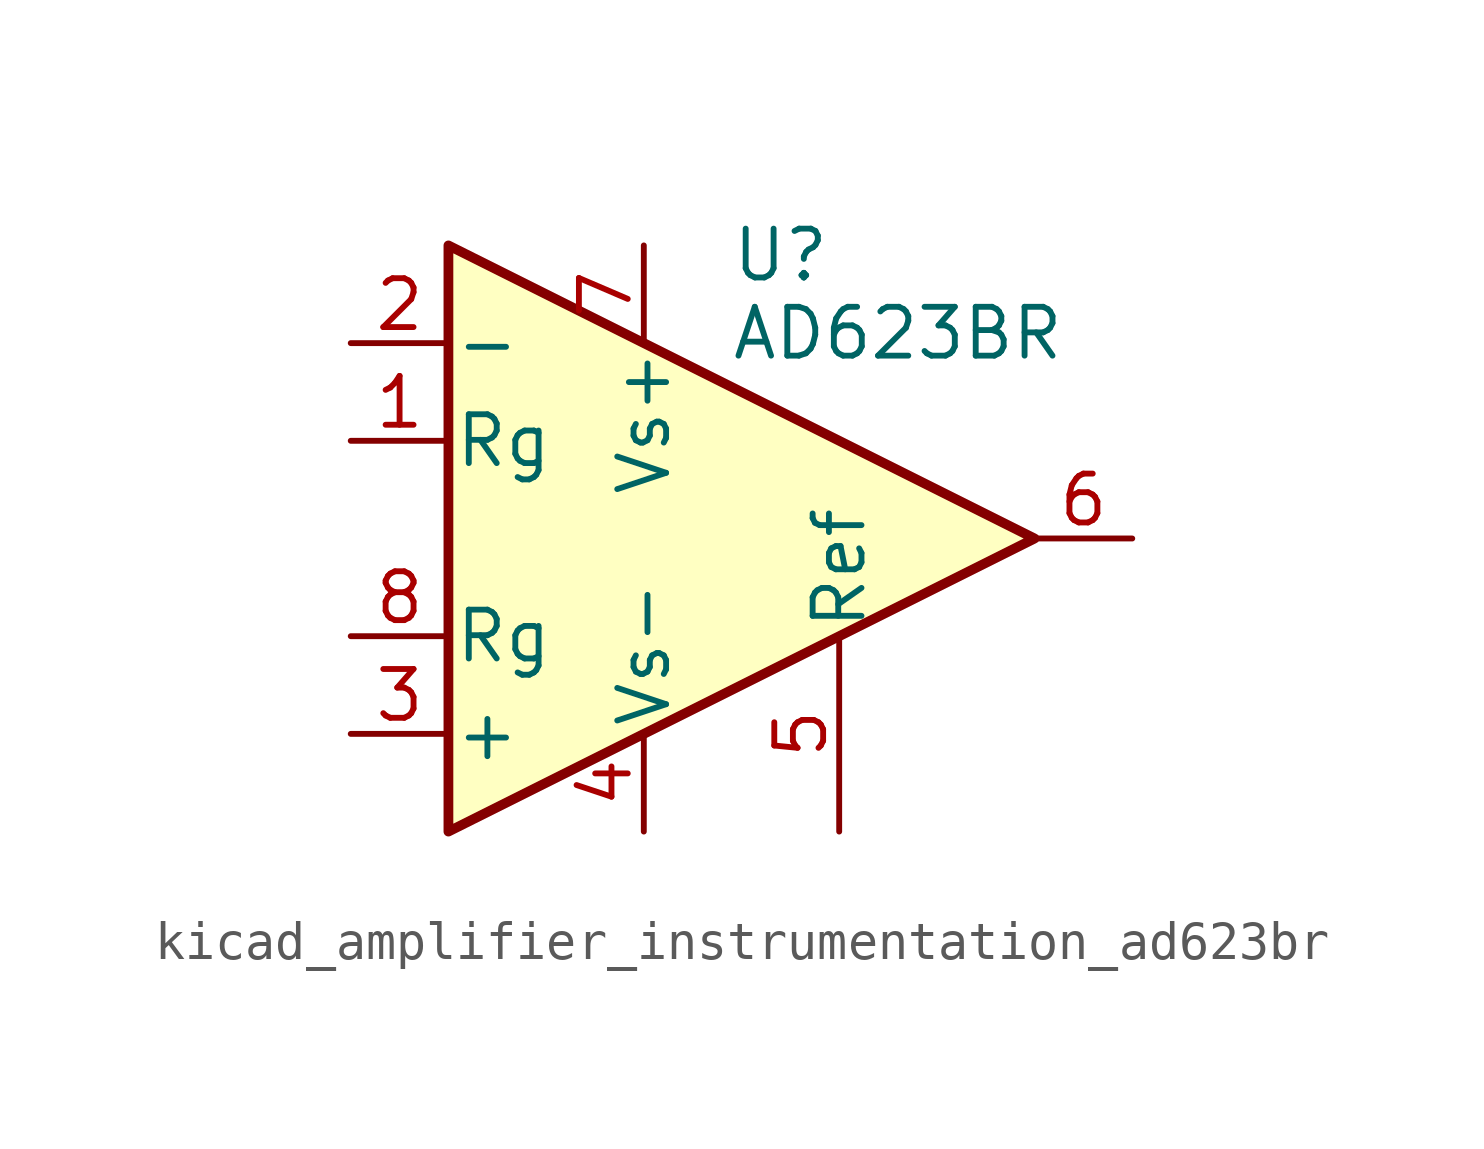
<source format=kicad_sym>
(kicad_symbol_lib
  (version 20220914)
  (generator kicad_symbol_editor)
  (symbol "kicad_amplifier_instrumentation_ad623br"
    (pin_names
      (offset 0.127))
    (property "Reference" "U"
      (at 3.556 7.366 0)
      (effects (font (size 1.27 1.27))))
    (property "Value" "AD623BR"
      (at 6.604 5.334 0)
      (effects (font (size 1.27 1.27))))
    (symbol "kicad_amplifier_instrumentation_ad623br_0_1"
      (polyline (pts (xy -5.08 7.62) (xy -5.08 -7.62) (xy 10.16 0) (xy -5.08 7.62)) (stroke (width 0.254) (type default)) (fill (type background))))
    (symbol "kicad_amplifier_instrumentation_ad623br_1_1"
      (pin passive line (at -7.62 2.54 0) (length 2.54) (name "Rg" (effects (font (size 1.27 1.27)))) (number "1" (effects (font (size 1.27 1.27)))))
      (pin input line (at -7.62 5.08 0) (length 2.54) (name "-" (effects (font (size 1.27 1.27)))) (number "2" (effects (font (size 1.27 1.27)))))
      (pin input line (at -7.62 -5.08 0) (length 2.54) (name "+" (effects (font (size 1.27 1.27)))) (number "3" (effects (font (size 1.27 1.27)))))
      (pin power_in line (at 0 -7.62 90) (length 2.54) (name "Vs-" (effects (font (size 1.27 1.27)))) (number "4" (effects (font (size 1.27 1.27)))))
      (pin passive line (at 5.08 -7.62 90) (length 5.08) (name "Ref" (effects (font (size 1.27 1.27)))) (number "5" (effects (font (size 1.27 1.27)))))
      (pin output line (at 12.7 0 180) (length 2.54) (name "~" (effects (font (size 1.27 1.27)))) (number "6" (effects (font (size 1.27 1.27)))))
      (pin power_in line (at 0 7.62 270) (length 2.54) (name "Vs+" (effects (font (size 1.27 1.27)))) (number "7" (effects (font (size 1.27 1.27)))))
      (pin passive line (at -7.62 -2.54 0) (length 2.54) (name "Rg" (effects (font (size 1.27 1.27)))) (number "8" (effects (font (size 1.27 1.27))))))))
</source>
